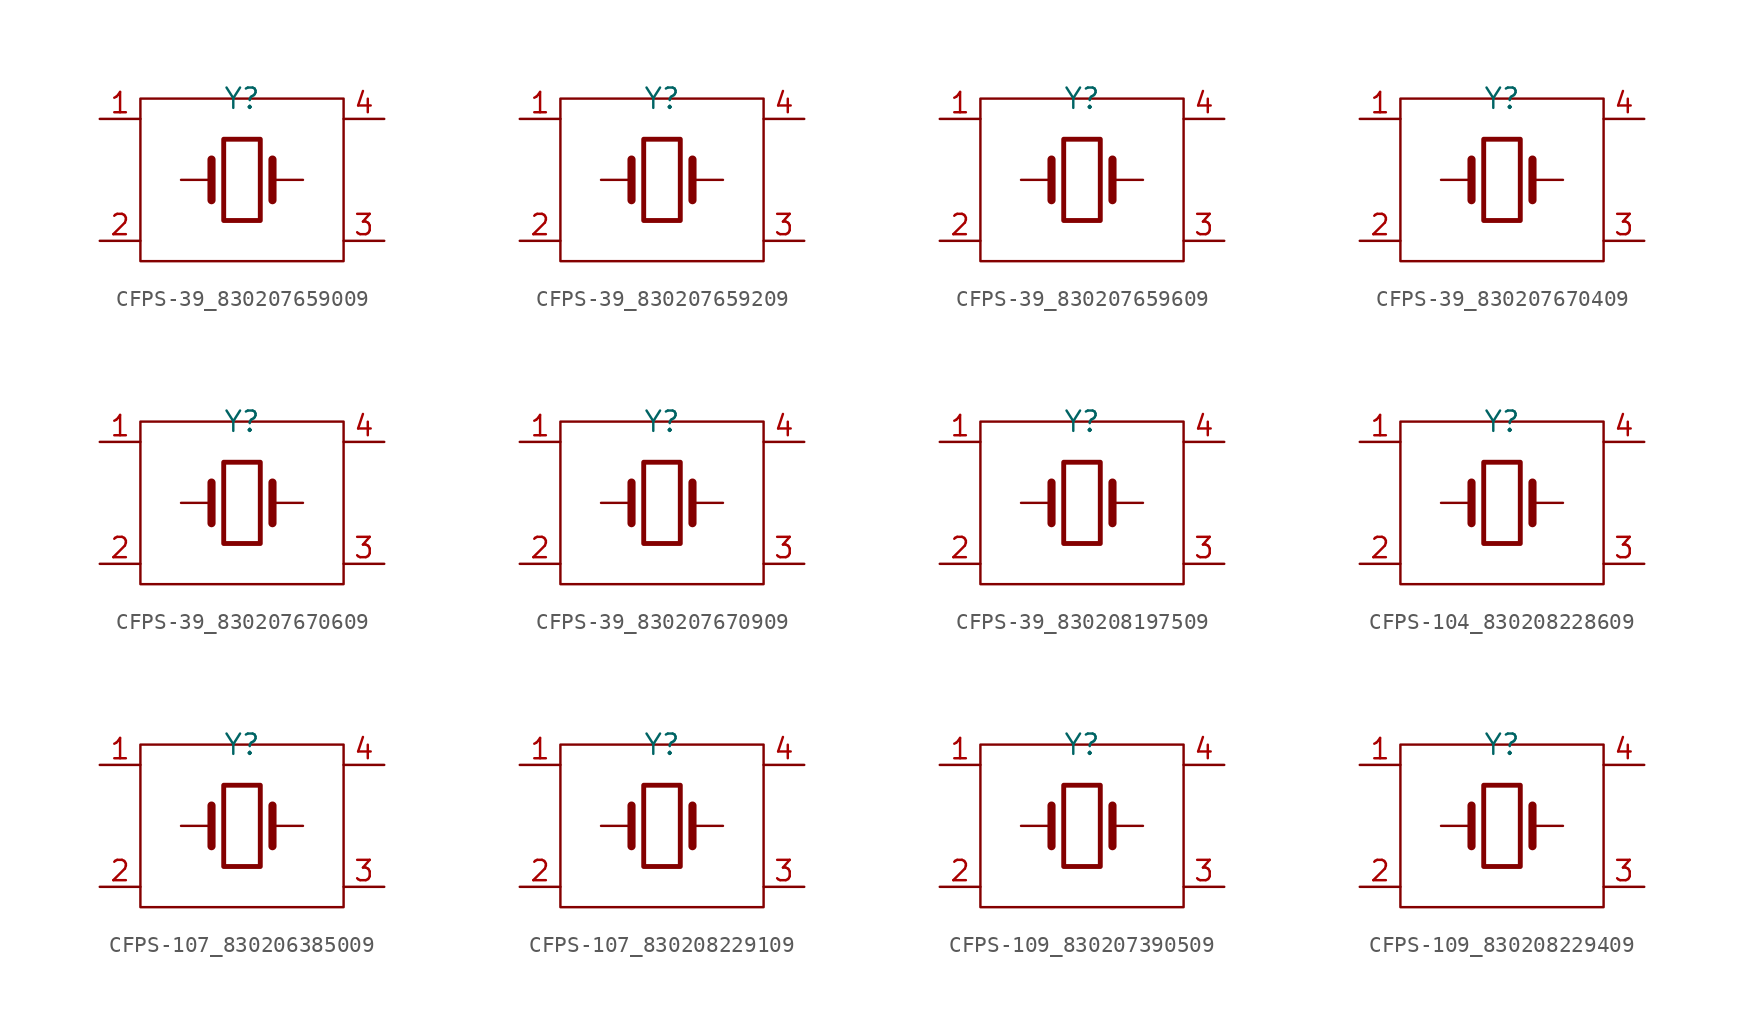
<source format=kicad_sym>
(kicad_symbol_lib
  (version 20220914)
  (generator kicad_symbol_editor)
  (symbol "CFPS-39_830207659009"
    (pin_names hide)
    (property "Reference" "Y"
      (at 0 5.08 0)
      (effects (font (size 1.27 1.27))))
    (property "Critical Parameter" ""
      (at 0 -5.08 0)
      (effects (font (size 1.27 1.27)) (justify left)))
    (symbol "CFPS-39_830207659009_0_1"
      (rectangle (start -6.35 5.08) (end 6.35 -5.08) (stroke (width 0) (type default)) (fill (type none)))
      (rectangle (start -1.143 2.54) (end 1.143 -2.54) (stroke (width 0.305) (type default)) (fill (type none)))
      (polyline (pts (xy -3.81 0) (xy -1.905 0)) (stroke (width 0) (type default)) (fill (type none)))
      (polyline (pts (xy -1.905 -1.27) (xy -1.905 1.27)) (stroke (width 0.508) (type default)) (fill (type none)))
      (polyline (pts (xy 1.905 -1.27) (xy 1.905 1.27)) (stroke (width 0.508) (type default)) (fill (type none)))
      (polyline (pts (xy 3.81 0) (xy 1.905 0)) (stroke (width 0) (type default)) (fill (type none))))
    (symbol "CFPS-39_830207659009_1_1"
      (pin passive line (at -8.89 3.81 0) (length 2.54) (name "E/D" (effects (font (size 1.27 1.27)))) (number "1" (effects (font (size 1.27 1.27)))))
      (pin passive line (at -8.89 -3.81 0) (length 2.54) (name "GND" (effects (font (size 1.27 1.27)))) (number "2" (effects (font (size 1.27 1.27)))))
      (pin passive line (at 8.89 -3.81 180) (length 2.54) (name "OUT" (effects (font (size 1.27 1.27)))) (number "3" (effects (font (size 1.27 1.27)))))
      (pin passive line (at 8.89 3.81 180) (length 2.54) (name "+VS" (effects (font (size 1.27 1.27)))) (number "4" (effects (font (size 1.27 1.27)))))))
  (symbol "CFPS-39_830207659209"
    (pin_names hide)
    (property "Reference" "Y"
      (at 0 5.08 0)
      (effects (font (size 1.27 1.27))))
    (property "Critical Parameter" ""
      (at 0 -5.08 0)
      (effects (font (size 1.27 1.27)) (justify left)))
    (symbol "CFPS-39_830207659209_0_1"
      (rectangle (start -6.35 5.08) (end 6.35 -5.08) (stroke (width 0) (type default)) (fill (type none)))
      (rectangle (start -1.143 2.54) (end 1.143 -2.54) (stroke (width 0.305) (type default)) (fill (type none)))
      (polyline (pts (xy -3.81 0) (xy -1.905 0)) (stroke (width 0) (type default)) (fill (type none)))
      (polyline (pts (xy -1.905 -1.27) (xy -1.905 1.27)) (stroke (width 0.508) (type default)) (fill (type none)))
      (polyline (pts (xy 1.905 -1.27) (xy 1.905 1.27)) (stroke (width 0.508) (type default)) (fill (type none)))
      (polyline (pts (xy 3.81 0) (xy 1.905 0)) (stroke (width 0) (type default)) (fill (type none))))
    (symbol "CFPS-39_830207659209_1_1"
      (pin passive line (at -8.89 3.81 0) (length 2.54) (name "E/D" (effects (font (size 1.27 1.27)))) (number "1" (effects (font (size 1.27 1.27)))))
      (pin passive line (at -8.89 -3.81 0) (length 2.54) (name "GND" (effects (font (size 1.27 1.27)))) (number "2" (effects (font (size 1.27 1.27)))))
      (pin passive line (at 8.89 -3.81 180) (length 2.54) (name "OUT" (effects (font (size 1.27 1.27)))) (number "3" (effects (font (size 1.27 1.27)))))
      (pin passive line (at 8.89 3.81 180) (length 2.54) (name "+VS" (effects (font (size 1.27 1.27)))) (number "4" (effects (font (size 1.27 1.27)))))))
  (symbol "CFPS-39_830207659609"
    (pin_names hide)
    (property "Reference" "Y"
      (at 0 5.08 0)
      (effects (font (size 1.27 1.27))))
    (property "Critical Parameter" ""
      (at 0 -5.08 0)
      (effects (font (size 1.27 1.27)) (justify left)))
    (symbol "CFPS-39_830207659609_0_1"
      (rectangle (start -6.35 5.08) (end 6.35 -5.08) (stroke (width 0) (type default)) (fill (type none)))
      (rectangle (start -1.143 2.54) (end 1.143 -2.54) (stroke (width 0.305) (type default)) (fill (type none)))
      (polyline (pts (xy -3.81 0) (xy -1.905 0)) (stroke (width 0) (type default)) (fill (type none)))
      (polyline (pts (xy -1.905 -1.27) (xy -1.905 1.27)) (stroke (width 0.508) (type default)) (fill (type none)))
      (polyline (pts (xy 1.905 -1.27) (xy 1.905 1.27)) (stroke (width 0.508) (type default)) (fill (type none)))
      (polyline (pts (xy 3.81 0) (xy 1.905 0)) (stroke (width 0) (type default)) (fill (type none))))
    (symbol "CFPS-39_830207659609_1_1"
      (pin passive line (at -8.89 3.81 0) (length 2.54) (name "E/D" (effects (font (size 1.27 1.27)))) (number "1" (effects (font (size 1.27 1.27)))))
      (pin passive line (at -8.89 -3.81 0) (length 2.54) (name "GND" (effects (font (size 1.27 1.27)))) (number "2" (effects (font (size 1.27 1.27)))))
      (pin passive line (at 8.89 -3.81 180) (length 2.54) (name "OUT" (effects (font (size 1.27 1.27)))) (number "3" (effects (font (size 1.27 1.27)))))
      (pin passive line (at 8.89 3.81 180) (length 2.54) (name "+VS" (effects (font (size 1.27 1.27)))) (number "4" (effects (font (size 1.27 1.27)))))))
  (symbol "CFPS-39_830207670409"
    (pin_names hide)
    (property "Reference" "Y"
      (at 0 5.08 0)
      (effects (font (size 1.27 1.27))))
    (property "Critical Parameter" ""
      (at 0 -5.08 0)
      (effects (font (size 1.27 1.27)) (justify left)))
    (symbol "CFPS-39_830207670409_0_1"
      (rectangle (start -6.35 5.08) (end 6.35 -5.08) (stroke (width 0) (type default)) (fill (type none)))
      (rectangle (start -1.143 2.54) (end 1.143 -2.54) (stroke (width 0.305) (type default)) (fill (type none)))
      (polyline (pts (xy -3.81 0) (xy -1.905 0)) (stroke (width 0) (type default)) (fill (type none)))
      (polyline (pts (xy -1.905 -1.27) (xy -1.905 1.27)) (stroke (width 0.508) (type default)) (fill (type none)))
      (polyline (pts (xy 1.905 -1.27) (xy 1.905 1.27)) (stroke (width 0.508) (type default)) (fill (type none)))
      (polyline (pts (xy 3.81 0) (xy 1.905 0)) (stroke (width 0) (type default)) (fill (type none))))
    (symbol "CFPS-39_830207670409_1_1"
      (pin passive line (at -8.89 3.81 0) (length 2.54) (name "E/D" (effects (font (size 1.27 1.27)))) (number "1" (effects (font (size 1.27 1.27)))))
      (pin passive line (at -8.89 -3.81 0) (length 2.54) (name "GND" (effects (font (size 1.27 1.27)))) (number "2" (effects (font (size 1.27 1.27)))))
      (pin passive line (at 8.89 -3.81 180) (length 2.54) (name "OUT" (effects (font (size 1.27 1.27)))) (number "3" (effects (font (size 1.27 1.27)))))
      (pin passive line (at 8.89 3.81 180) (length 2.54) (name "+VS" (effects (font (size 1.27 1.27)))) (number "4" (effects (font (size 1.27 1.27)))))))
  (symbol "CFPS-39_830207670609"
    (pin_names hide)
    (property "Reference" "Y"
      (at 0 5.08 0)
      (effects (font (size 1.27 1.27))))
    (property "Critical Parameter" ""
      (at 0 -5.08 0)
      (effects (font (size 1.27 1.27)) (justify left)))
    (symbol "CFPS-39_830207670609_0_1"
      (rectangle (start -6.35 5.08) (end 6.35 -5.08) (stroke (width 0) (type default)) (fill (type none)))
      (rectangle (start -1.143 2.54) (end 1.143 -2.54) (stroke (width 0.305) (type default)) (fill (type none)))
      (polyline (pts (xy -3.81 0) (xy -1.905 0)) (stroke (width 0) (type default)) (fill (type none)))
      (polyline (pts (xy -1.905 -1.27) (xy -1.905 1.27)) (stroke (width 0.508) (type default)) (fill (type none)))
      (polyline (pts (xy 1.905 -1.27) (xy 1.905 1.27)) (stroke (width 0.508) (type default)) (fill (type none)))
      (polyline (pts (xy 3.81 0) (xy 1.905 0)) (stroke (width 0) (type default)) (fill (type none))))
    (symbol "CFPS-39_830207670609_1_1"
      (pin passive line (at -8.89 3.81 0) (length 2.54) (name "E/D" (effects (font (size 1.27 1.27)))) (number "1" (effects (font (size 1.27 1.27)))))
      (pin passive line (at -8.89 -3.81 0) (length 2.54) (name "GND" (effects (font (size 1.27 1.27)))) (number "2" (effects (font (size 1.27 1.27)))))
      (pin passive line (at 8.89 -3.81 180) (length 2.54) (name "OUT" (effects (font (size 1.27 1.27)))) (number "3" (effects (font (size 1.27 1.27)))))
      (pin passive line (at 8.89 3.81 180) (length 2.54) (name "+VS" (effects (font (size 1.27 1.27)))) (number "4" (effects (font (size 1.27 1.27)))))))
  (symbol "CFPS-39_830207670909"
    (pin_names hide)
    (property "Reference" "Y"
      (at 0 5.08 0)
      (effects (font (size 1.27 1.27))))
    (property "Critical Parameter" ""
      (at 0 -5.08 0)
      (effects (font (size 1.27 1.27)) (justify left)))
    (symbol "CFPS-39_830207670909_0_1"
      (rectangle (start -6.35 5.08) (end 6.35 -5.08) (stroke (width 0) (type default)) (fill (type none)))
      (rectangle (start -1.143 2.54) (end 1.143 -2.54) (stroke (width 0.305) (type default)) (fill (type none)))
      (polyline (pts (xy -3.81 0) (xy -1.905 0)) (stroke (width 0) (type default)) (fill (type none)))
      (polyline (pts (xy -1.905 -1.27) (xy -1.905 1.27)) (stroke (width 0.508) (type default)) (fill (type none)))
      (polyline (pts (xy 1.905 -1.27) (xy 1.905 1.27)) (stroke (width 0.508) (type default)) (fill (type none)))
      (polyline (pts (xy 3.81 0) (xy 1.905 0)) (stroke (width 0) (type default)) (fill (type none))))
    (symbol "CFPS-39_830207670909_1_1"
      (pin passive line (at -8.89 3.81 0) (length 2.54) (name "E/D" (effects (font (size 1.27 1.27)))) (number "1" (effects (font (size 1.27 1.27)))))
      (pin passive line (at -8.89 -3.81 0) (length 2.54) (name "GND" (effects (font (size 1.27 1.27)))) (number "2" (effects (font (size 1.27 1.27)))))
      (pin passive line (at 8.89 -3.81 180) (length 2.54) (name "OUT" (effects (font (size 1.27 1.27)))) (number "3" (effects (font (size 1.27 1.27)))))
      (pin passive line (at 8.89 3.81 180) (length 2.54) (name "+VS" (effects (font (size 1.27 1.27)))) (number "4" (effects (font (size 1.27 1.27)))))))
  (symbol "CFPS-39_830208197509"
    (pin_names hide)
    (property "Reference" "Y"
      (at 0 5.08 0)
      (effects (font (size 1.27 1.27))))
    (property "Critical Parameter" ""
      (at 0 -5.08 0)
      (effects (font (size 1.27 1.27)) (justify left)))
    (symbol "CFPS-39_830208197509_0_1"
      (rectangle (start -6.35 5.08) (end 6.35 -5.08) (stroke (width 0) (type default)) (fill (type none)))
      (rectangle (start -1.143 2.54) (end 1.143 -2.54) (stroke (width 0.305) (type default)) (fill (type none)))
      (polyline (pts (xy -3.81 0) (xy -1.905 0)) (stroke (width 0) (type default)) (fill (type none)))
      (polyline (pts (xy -1.905 -1.27) (xy -1.905 1.27)) (stroke (width 0.508) (type default)) (fill (type none)))
      (polyline (pts (xy 1.905 -1.27) (xy 1.905 1.27)) (stroke (width 0.508) (type default)) (fill (type none)))
      (polyline (pts (xy 3.81 0) (xy 1.905 0)) (stroke (width 0) (type default)) (fill (type none))))
    (symbol "CFPS-39_830208197509_1_1"
      (pin passive line (at -8.89 3.81 0) (length 2.54) (name "E/D" (effects (font (size 1.27 1.27)))) (number "1" (effects (font (size 1.27 1.27)))))
      (pin passive line (at -8.89 -3.81 0) (length 2.54) (name "GND" (effects (font (size 1.27 1.27)))) (number "2" (effects (font (size 1.27 1.27)))))
      (pin passive line (at 8.89 -3.81 180) (length 2.54) (name "OUT" (effects (font (size 1.27 1.27)))) (number "3" (effects (font (size 1.27 1.27)))))
      (pin passive line (at 8.89 3.81 180) (length 2.54) (name "+VS" (effects (font (size 1.27 1.27)))) (number "4" (effects (font (size 1.27 1.27)))))))
  (symbol "CFPS-104_830208228609"
    (pin_names hide)
    (property "Reference" "Y"
      (at 0 5.08 0)
      (effects (font (size 1.27 1.27))))
    (property "Critical Parameter" ""
      (at 0 -5.08 0)
      (effects (font (size 1.27 1.27)) (justify left)))
    (symbol "CFPS-104_830208228609_0_1"
      (rectangle (start -6.35 5.08) (end 6.35 -5.08) (stroke (width 0) (type default)) (fill (type none)))
      (rectangle (start -1.143 2.54) (end 1.143 -2.54) (stroke (width 0.305) (type default)) (fill (type none)))
      (polyline (pts (xy -3.81 0) (xy -1.905 0)) (stroke (width 0) (type default)) (fill (type none)))
      (polyline (pts (xy -1.905 -1.27) (xy -1.905 1.27)) (stroke (width 0.508) (type default)) (fill (type none)))
      (polyline (pts (xy 1.905 -1.27) (xy 1.905 1.27)) (stroke (width 0.508) (type default)) (fill (type none)))
      (polyline (pts (xy 3.81 0) (xy 1.905 0)) (stroke (width 0) (type default)) (fill (type none))))
    (symbol "CFPS-104_830208228609_1_1"
      (pin passive line (at -8.89 3.81 0) (length 2.54) (name "SO" (effects (font (size 1.27 1.27)))) (number "1" (effects (font (size 1.27 1.27)))))
      (pin passive line (at -8.89 -3.81 0) (length 2.54) (name "GND" (effects (font (size 1.27 1.27)))) (number "2" (effects (font (size 1.27 1.27)))))
      (pin passive line (at 8.89 -3.81 180) (length 2.54) (name "OUT" (effects (font (size 1.27 1.27)))) (number "3" (effects (font (size 1.27 1.27)))))
      (pin passive line (at 8.89 3.81 180) (length 2.54) (name "+VS" (effects (font (size 1.27 1.27)))) (number "4" (effects (font (size 1.27 1.27)))))))
  (symbol "CFPS-107_830206385009"
    (pin_names hide)
    (property "Reference" "Y"
      (at 0 5.08 0)
      (effects (font (size 1.27 1.27))))
    (property "Critical Parameter" ""
      (at 0 -5.08 0)
      (effects (font (size 1.27 1.27)) (justify left)))
    (symbol "CFPS-107_830206385009_0_1"
      (rectangle (start -6.35 5.08) (end 6.35 -5.08) (stroke (width 0) (type default)) (fill (type none)))
      (rectangle (start -1.143 2.54) (end 1.143 -2.54) (stroke (width 0.305) (type default)) (fill (type none)))
      (polyline (pts (xy -3.81 0) (xy -1.905 0)) (stroke (width 0) (type default)) (fill (type none)))
      (polyline (pts (xy -1.905 -1.27) (xy -1.905 1.27)) (stroke (width 0.508) (type default)) (fill (type none)))
      (polyline (pts (xy 1.905 -1.27) (xy 1.905 1.27)) (stroke (width 0.508) (type default)) (fill (type none)))
      (polyline (pts (xy 3.81 0) (xy 1.905 0)) (stroke (width 0) (type default)) (fill (type none))))
    (symbol "CFPS-107_830206385009_1_1"
      (pin passive line (at -8.89 3.81 0) (length 2.54) (name "TRI" (effects (font (size 1.27 1.27)))) (number "1" (effects (font (size 1.27 1.27)))))
      (pin passive line (at -8.89 -3.81 0) (length 2.54) (name "GND" (effects (font (size 1.27 1.27)))) (number "2" (effects (font (size 1.27 1.27)))))
      (pin passive line (at 8.89 -3.81 180) (length 2.54) (name "OUT" (effects (font (size 1.27 1.27)))) (number "3" (effects (font (size 1.27 1.27)))))
      (pin passive line (at 8.89 3.81 180) (length 2.54) (name "+VS" (effects (font (size 1.27 1.27)))) (number "4" (effects (font (size 1.27 1.27)))))))
  (symbol "CFPS-107_830208229109"
    (pin_names hide)
    (property "Reference" "Y"
      (at 0 5.08 0)
      (effects (font (size 1.27 1.27))))
    (property "Critical Parameter" ""
      (at 0 -5.08 0)
      (effects (font (size 1.27 1.27)) (justify left)))
    (symbol "CFPS-107_830208229109_0_1"
      (rectangle (start -6.35 5.08) (end 6.35 -5.08) (stroke (width 0) (type default)) (fill (type none)))
      (rectangle (start -1.143 2.54) (end 1.143 -2.54) (stroke (width 0.305) (type default)) (fill (type none)))
      (polyline (pts (xy -3.81 0) (xy -1.905 0)) (stroke (width 0) (type default)) (fill (type none)))
      (polyline (pts (xy -1.905 -1.27) (xy -1.905 1.27)) (stroke (width 0.508) (type default)) (fill (type none)))
      (polyline (pts (xy 1.905 -1.27) (xy 1.905 1.27)) (stroke (width 0.508) (type default)) (fill (type none)))
      (polyline (pts (xy 3.81 0) (xy 1.905 0)) (stroke (width 0) (type default)) (fill (type none))))
    (symbol "CFPS-107_830208229109_1_1"
      (pin passive line (at -8.89 3.81 0) (length 2.54) (name "TRI" (effects (font (size 1.27 1.27)))) (number "1" (effects (font (size 1.27 1.27)))))
      (pin passive line (at -8.89 -3.81 0) (length 2.54) (name "GND" (effects (font (size 1.27 1.27)))) (number "2" (effects (font (size 1.27 1.27)))))
      (pin passive line (at 8.89 -3.81 180) (length 2.54) (name "OUT" (effects (font (size 1.27 1.27)))) (number "3" (effects (font (size 1.27 1.27)))))
      (pin passive line (at 8.89 3.81 180) (length 2.54) (name "+VS" (effects (font (size 1.27 1.27)))) (number "4" (effects (font (size 1.27 1.27)))))))
  (symbol "CFPS-109_830207390509"
    (pin_names hide)
    (property "Reference" "Y"
      (at 0 5.08 0)
      (effects (font (size 1.27 1.27))))
    (property "Critical Parameter" ""
      (at 0 -5.08 0)
      (effects (font (size 1.27 1.27)) (justify left)))
    (symbol "CFPS-109_830207390509_0_1"
      (rectangle (start -6.35 5.08) (end 6.35 -5.08) (stroke (width 0) (type default)) (fill (type none)))
      (rectangle (start -1.143 2.54) (end 1.143 -2.54) (stroke (width 0.305) (type default)) (fill (type none)))
      (polyline (pts (xy -3.81 0) (xy -1.905 0)) (stroke (width 0) (type default)) (fill (type none)))
      (polyline (pts (xy -1.905 -1.27) (xy -1.905 1.27)) (stroke (width 0.508) (type default)) (fill (type none)))
      (polyline (pts (xy 1.905 -1.27) (xy 1.905 1.27)) (stroke (width 0.508) (type default)) (fill (type none)))
      (polyline (pts (xy 3.81 0) (xy 1.905 0)) (stroke (width 0) (type default)) (fill (type none))))
    (symbol "CFPS-109_830207390509_1_1"
      (pin passive line (at -8.89 3.81 0) (length 2.54) (name "TRI" (effects (font (size 1.27 1.27)))) (number "1" (effects (font (size 1.27 1.27)))))
      (pin passive line (at -8.89 -3.81 0) (length 2.54) (name "GND" (effects (font (size 1.27 1.27)))) (number "2" (effects (font (size 1.27 1.27)))))
      (pin passive line (at 8.89 -3.81 180) (length 2.54) (name "OUT" (effects (font (size 1.27 1.27)))) (number "3" (effects (font (size 1.27 1.27)))))
      (pin passive line (at 8.89 3.81 180) (length 2.54) (name "+VS" (effects (font (size 1.27 1.27)))) (number "4" (effects (font (size 1.27 1.27)))))))
  (symbol "CFPS-109_830208229409"
    (pin_names hide)
    (property "Reference" "Y"
      (at 0 5.08 0)
      (effects (font (size 1.27 1.27))))
    (property "Critical Parameter" ""
      (at 0 -5.08 0)
      (effects (font (size 1.27 1.27)) (justify left)))
    (symbol "CFPS-109_830208229409_0_1"
      (rectangle (start -6.35 5.08) (end 6.35 -5.08) (stroke (width 0) (type default)) (fill (type none)))
      (rectangle (start -1.143 2.54) (end 1.143 -2.54) (stroke (width 0.305) (type default)) (fill (type none)))
      (polyline (pts (xy -3.81 0) (xy -1.905 0)) (stroke (width 0) (type default)) (fill (type none)))
      (polyline (pts (xy -1.905 -1.27) (xy -1.905 1.27)) (stroke (width 0.508) (type default)) (fill (type none)))
      (polyline (pts (xy 1.905 -1.27) (xy 1.905 1.27)) (stroke (width 0.508) (type default)) (fill (type none)))
      (polyline (pts (xy 3.81 0) (xy 1.905 0)) (stroke (width 0) (type default)) (fill (type none))))
    (symbol "CFPS-109_830208229409_1_1"
      (pin passive line (at -8.89 3.81 0) (length 2.54) (name "TRI" (effects (font (size 1.27 1.27)))) (number "1" (effects (font (size 1.27 1.27)))))
      (pin passive line (at -8.89 -3.81 0) (length 2.54) (name "GND" (effects (font (size 1.27 1.27)))) (number "2" (effects (font (size 1.27 1.27)))))
      (pin passive line (at 8.89 -3.81 180) (length 2.54) (name "OUT" (effects (font (size 1.27 1.27)))) (number "3" (effects (font (size 1.27 1.27)))))
      (pin passive line (at 8.89 3.81 180) (length 2.54) (name "+VS" (effects (font (size 1.27 1.27)))) (number "4" (effects (font (size 1.27 1.27))))))))
</source>
